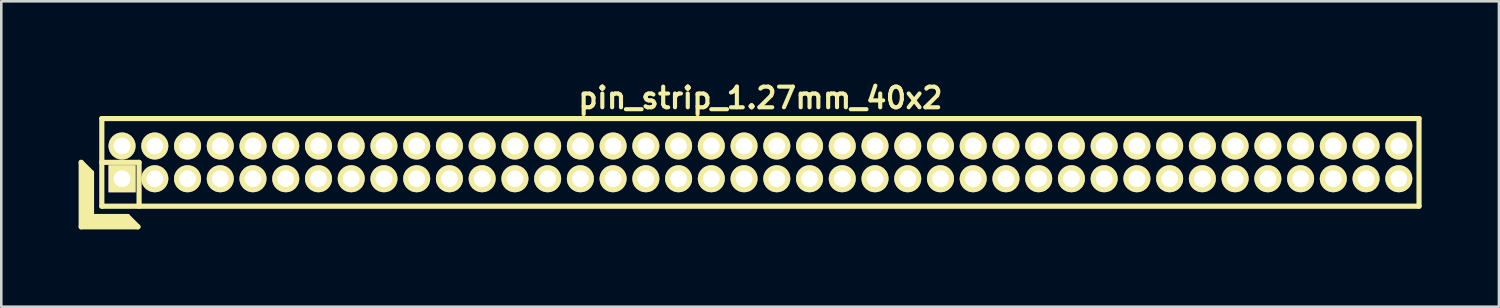
<source format=kicad_pcb>
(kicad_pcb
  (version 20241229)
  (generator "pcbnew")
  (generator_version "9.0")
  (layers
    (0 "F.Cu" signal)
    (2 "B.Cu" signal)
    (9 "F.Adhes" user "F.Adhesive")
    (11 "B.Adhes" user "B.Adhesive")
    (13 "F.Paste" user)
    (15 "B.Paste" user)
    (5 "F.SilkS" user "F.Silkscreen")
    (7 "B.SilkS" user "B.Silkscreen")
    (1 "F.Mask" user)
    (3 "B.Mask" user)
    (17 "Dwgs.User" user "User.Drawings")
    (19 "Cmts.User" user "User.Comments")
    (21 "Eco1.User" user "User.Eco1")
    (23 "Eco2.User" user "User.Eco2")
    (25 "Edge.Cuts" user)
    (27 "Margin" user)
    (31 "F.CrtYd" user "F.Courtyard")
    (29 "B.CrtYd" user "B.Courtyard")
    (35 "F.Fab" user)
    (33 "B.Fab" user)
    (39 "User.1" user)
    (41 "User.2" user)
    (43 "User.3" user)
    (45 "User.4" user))
  (footprint "pin_strip_1.27mm_40x2"
    (layer "F.Cu")
    (at 26.45 3.249)
    (property "Reference" "pin_strip_1.27mm_40x2" (at 0 -2.5 0) (layer "F.SilkS") (effects (font (size 0.8 0.8) (thickness 0.16))))
    (attr through_hole)
    (fp_line (start -26.35 0) (end -26.35 2.5) (stroke (width 0.2) (type solid)) (layer "F.SilkS"))
    (fp_line (start -26.35 0) (end -25.95 0.4) (stroke (width 0.2) (type solid)) (layer "F.SilkS"))
    (fp_line (start -26.35 2.5) (end -24.15 2.5) (stroke (width 0.2) (type solid)) (layer "F.SilkS"))
    (fp_line (start -26.25 2.4) (end -26.25 0.2) (stroke (width 0.2) (type solid)) (layer "F.SilkS"))
    (fp_line (start -26.25 2.4) (end -24.35 2.4) (stroke (width 0.2) (type solid)) (layer "F.SilkS"))
    (fp_line (start -26.15 2.3) (end -26.15 0.3) (stroke (width 0.2) (type solid)) (layer "F.SilkS"))
    (fp_line (start -26.15 2.3) (end -24.45 2.3) (stroke (width 0.2) (type solid)) (layer "F.SilkS"))
    (fp_line (start -26.05 2.2) (end -26.05 0.4) (stroke (width 0.2) (type solid)) (layer "F.SilkS"))
    (fp_line (start -26.05 2.2) (end -24.55 2.2) (stroke (width 0.2) (type solid)) (layer "F.SilkS"))
    (fp_line (start -25.95 2.1) (end -25.95 0.4) (stroke (width 0.2) (type solid)) (layer "F.SilkS"))
    (fp_line (start -25.95 2.1) (end -24.55 2.1) (stroke (width 0.2) (type solid)) (layer "F.SilkS"))
    (fp_line (start -25.555 0) (end -24.105 0) (stroke (width 0.2) (type solid)) (layer "F.SilkS"))
    (fp_line (start -25.55 -1.7) (end 25.55 -1.7) (stroke (width 0.2) (type solid)) (layer "F.SilkS"))
    (fp_line (start -25.55 1.7) (end -25.55 -1.7) (stroke (width 0.2) (type solid)) (layer "F.SilkS"))
    (fp_line (start -24.55 2.1) (end -24.15 2.5) (stroke (width 0.2) (type solid)) (layer "F.SilkS"))
    (fp_line (start -24.105 0) (end -24.105 1.7) (stroke (width 0.2) (type solid)) (layer "F.SilkS"))
    (fp_line (start 25.55 -1.7) (end 25.55 1.7) (stroke (width 0.2) (type solid)) (layer "F.SilkS"))
    (fp_line (start 25.55 1.7) (end -25.55 1.7) (stroke (width 0.2) (type solid)) (layer "F.SilkS"))
    (pad "1" thru_hole rect (at -24.765 0.635) (size 1.05 1.05) (drill 0.65) (layers "*.Cu" "*.Mask" "F.SilkS"))
    (pad "2" thru_hole oval (at -24.765 -0.635) (size 1.05 1.05) (drill 0.65) (layers "*.Cu" "*.Mask" "F.SilkS"))
    (pad "3" thru_hole oval (at -23.495 0.635) (size 1.05 1.05) (drill 0.65) (layers "*.Cu" "*.Mask" "F.SilkS"))
    (pad "4" thru_hole oval (at -23.495 -0.635) (size 1.05 1.05) (drill 0.65) (layers "*.Cu" "*.Mask" "F.SilkS"))
    (pad "5" thru_hole oval (at -22.225 0.635) (size 1.05 1.05) (drill 0.65) (layers "*.Cu" "*.Mask" "F.SilkS"))
    (pad "6" thru_hole oval (at -22.225 -0.635) (size 1.05 1.05) (drill 0.65) (layers "*.Cu" "*.Mask" "F.SilkS"))
    (pad "7" thru_hole oval (at -20.955 0.635) (size 1.05 1.05) (drill 0.65) (layers "*.Cu" "*.Mask" "F.SilkS"))
    (pad "8" thru_hole oval (at -20.955 -0.635) (size 1.05 1.05) (drill 0.65) (layers "*.Cu" "*.Mask" "F.SilkS"))
    (pad "9" thru_hole oval (at -19.685 0.635) (size 1.05 1.05) (drill 0.65) (layers "*.Cu" "*.Mask" "F.SilkS"))
    (pad "10" thru_hole oval (at -19.685 -0.635) (size 1.05 1.05) (drill 0.65) (layers "*.Cu" "*.Mask" "F.SilkS"))
    (pad "11" thru_hole oval (at -18.415 0.635) (size 1.05 1.05) (drill 0.65) (layers "*.Cu" "*.Mask" "F.SilkS"))
    (pad "12" thru_hole oval (at -18.415 -0.635) (size 1.05 1.05) (drill 0.65) (layers "*.Cu" "*.Mask" "F.SilkS"))
    (pad "13" thru_hole oval (at -17.145 0.635) (size 1.05 1.05) (drill 0.65) (layers "*.Cu" "*.Mask" "F.SilkS"))
    (pad "14" thru_hole oval (at -17.145 -0.635) (size 1.05 1.05) (drill 0.65) (layers "*.Cu" "*.Mask" "F.SilkS"))
    (pad "15" thru_hole oval (at -15.875 0.635) (size 1.05 1.05) (drill 0.65) (layers "*.Cu" "*.Mask" "F.SilkS"))
    (pad "16" thru_hole oval (at -15.875 -0.635) (size 1.05 1.05) (drill 0.65) (layers "*.Cu" "*.Mask" "F.SilkS"))
    (pad "17" thru_hole oval (at -14.605 0.635) (size 1.05 1.05) (drill 0.65) (layers "*.Cu" "*.Mask" "F.SilkS"))
    (pad "18" thru_hole oval (at -14.605 -0.635) (size 1.05 1.05) (drill 0.65) (layers "*.Cu" "*.Mask" "F.SilkS"))
    (pad "19" thru_hole oval (at -13.335 0.635) (size 1.05 1.05) (drill 0.65) (layers "*.Cu" "*.Mask" "F.SilkS"))
    (pad "20" thru_hole oval (at -13.335 -0.635) (size 1.05 1.05) (drill 0.65) (layers "*.Cu" "*.Mask" "F.SilkS"))
    (pad "21" thru_hole oval (at -12.065 0.635) (size 1.05 1.05) (drill 0.65) (layers "*.Cu" "*.Mask" "F.SilkS"))
    (pad "22" thru_hole oval (at -12.065 -0.635) (size 1.05 1.05) (drill 0.65) (layers "*.Cu" "*.Mask" "F.SilkS"))
    (pad "23" thru_hole oval (at -10.795 0.635) (size 1.05 1.05) (drill 0.65) (layers "*.Cu" "*.Mask" "F.SilkS"))
    (pad "24" thru_hole oval (at -10.795 -0.635) (size 1.05 1.05) (drill 0.65) (layers "*.Cu" "*.Mask" "F.SilkS"))
    (pad "25" thru_hole oval (at -9.525 0.635) (size 1.05 1.05) (drill 0.65) (layers "*.Cu" "*.Mask" "F.SilkS"))
    (pad "26" thru_hole oval (at -9.525 -0.635) (size 1.05 1.05) (drill 0.65) (layers "*.Cu" "*.Mask" "F.SilkS"))
    (pad "27" thru_hole oval (at -8.255 0.635) (size 1.05 1.05) (drill 0.65) (layers "*.Cu" "*.Mask" "F.SilkS"))
    (pad "28" thru_hole oval (at -8.255 -0.635) (size 1.05 1.05) (drill 0.65) (layers "*.Cu" "*.Mask" "F.SilkS"))
    (pad "29" thru_hole oval (at -6.985 0.635) (size 1.05 1.05) (drill 0.65) (layers "*.Cu" "*.Mask" "F.SilkS"))
    (pad "30" thru_hole oval (at -6.985 -0.635) (size 1.05 1.05) (drill 0.65) (layers "*.Cu" "*.Mask" "F.SilkS"))
    (pad "31" thru_hole oval (at -5.715 0.635) (size 1.05 1.05) (drill 0.65) (layers "*.Cu" "*.Mask" "F.SilkS"))
    (pad "32" thru_hole oval (at -5.715 -0.635) (size 1.05 1.05) (drill 0.65) (layers "*.Cu" "*.Mask" "F.SilkS"))
    (pad "33" thru_hole oval (at -4.445 0.635) (size 1.05 1.05) (drill 0.65) (layers "*.Cu" "*.Mask" "F.SilkS"))
    (pad "34" thru_hole oval (at -4.445 -0.635) (size 1.05 1.05) (drill 0.65) (layers "*.Cu" "*.Mask" "F.SilkS"))
    (pad "35" thru_hole oval (at -3.175 0.635) (size 1.05 1.05) (drill 0.65) (layers "*.Cu" "*.Mask" "F.SilkS"))
    (pad "36" thru_hole oval (at -3.175 -0.635) (size 1.05 1.05) (drill 0.65) (layers "*.Cu" "*.Mask" "F.SilkS"))
    (pad "37" thru_hole oval (at -1.905 0.635) (size 1.05 1.05) (drill 0.65) (layers "*.Cu" "*.Mask" "F.SilkS"))
    (pad "38" thru_hole oval (at -1.905 -0.635) (size 1.05 1.05) (drill 0.65) (layers "*.Cu" "*.Mask" "F.SilkS"))
    (pad "39" thru_hole oval (at -0.635 0.635) (size 1.05 1.05) (drill 0.65) (layers "*.Cu" "*.Mask" "F.SilkS"))
    (pad "40" thru_hole oval (at -0.635 -0.635) (size 1.05 1.05) (drill 0.65) (layers "*.Cu" "*.Mask" "F.SilkS"))
    (pad "41" thru_hole oval (at 0.635 0.635) (size 1.05 1.05) (drill 0.65) (layers "*.Cu" "*.Mask" "F.SilkS"))
    (pad "42" thru_hole oval (at 0.635 -0.635) (size 1.05 1.05) (drill 0.65) (layers "*.Cu" "*.Mask" "F.SilkS"))
    (pad "43" thru_hole oval (at 1.905 0.635) (size 1.05 1.05) (drill 0.65) (layers "*.Cu" "*.Mask" "F.SilkS"))
    (pad "44" thru_hole oval (at 1.905 -0.635) (size 1.05 1.05) (drill 0.65) (layers "*.Cu" "*.Mask" "F.SilkS"))
    (pad "45" thru_hole oval (at 3.175 0.635) (size 1.05 1.05) (drill 0.65) (layers "*.Cu" "*.Mask" "F.SilkS"))
    (pad "46" thru_hole oval (at 3.175 -0.635) (size 1.05 1.05) (drill 0.65) (layers "*.Cu" "*.Mask" "F.SilkS"))
    (pad "47" thru_hole oval (at 4.445 0.635) (size 1.05 1.05) (drill 0.65) (layers "*.Cu" "*.Mask" "F.SilkS"))
    (pad "48" thru_hole oval (at 4.445 -0.635) (size 1.05 1.05) (drill 0.65) (layers "*.Cu" "*.Mask" "F.SilkS"))
    (pad "49" thru_hole oval (at 5.715 0.635) (size 1.05 1.05) (drill 0.65) (layers "*.Cu" "*.Mask" "F.SilkS"))
    (pad "50" thru_hole oval (at 5.715 -0.635) (size 1.05 1.05) (drill 0.65) (layers "*.Cu" "*.Mask" "F.SilkS"))
    (pad "51" thru_hole circle (at 6.985 0.635) (size 1.05 1.05) (drill 0.65) (layers "*.Cu" "*.Mask" "F.SilkS"))
    (pad "52" thru_hole oval (at 6.985 -0.635) (size 1.05 1.05) (drill 0.65) (layers "*.Cu" "*.Mask" "F.SilkS"))
    (pad "53" thru_hole oval (at 8.255 0.635) (size 1.05 1.05) (drill 0.65) (layers "*.Cu" "*.Mask" "F.SilkS"))
    (pad "54" thru_hole oval (at 8.255 -0.635) (size 1.05 1.05) (drill 0.65) (layers "*.Cu" "*.Mask" "F.SilkS"))
    (pad "55" thru_hole oval (at 9.525 0.635) (size 1.05 1.05) (drill 0.65) (layers "*.Cu" "*.Mask" "F.SilkS"))
    (pad "56" thru_hole oval (at 9.525 -0.635) (size 1.05 1.05) (drill 0.65) (layers "*.Cu" "*.Mask" "F.SilkS"))
    (pad "57" thru_hole oval (at 10.795 0.635) (size 1.05 1.05) (drill 0.65) (layers "*.Cu" "*.Mask" "F.SilkS"))
    (pad "58" thru_hole oval (at 10.795 -0.635) (size 1.05 1.05) (drill 0.65) (layers "*.Cu" "*.Mask" "F.SilkS"))
    (pad "59" thru_hole oval (at 12.065 0.635) (size 1.05 1.05) (drill 0.65) (layers "*.Cu" "*.Mask" "F.SilkS"))
    (pad "60" thru_hole oval (at 12.065 -0.635) (size 1.05 1.05) (drill 0.65) (layers "*.Cu" "*.Mask" "F.SilkS"))
    (pad "61" thru_hole oval (at 13.335 0.635) (size 1.05 1.05) (drill 0.65) (layers "*.Cu" "*.Mask" "F.SilkS"))
    (pad "62" thru_hole oval (at 13.335 -0.635) (size 1.05 1.05) (drill 0.65) (layers "*.Cu" "*.Mask" "F.SilkS"))
    (pad "63" thru_hole oval (at 14.605 0.635) (size 1.05 1.05) (drill 0.65) (layers "*.Cu" "*.Mask" "F.SilkS"))
    (pad "64" thru_hole oval (at 14.605 -0.635) (size 1.05 1.05) (drill 0.65) (layers "*.Cu" "*.Mask" "F.SilkS"))
    (pad "65" thru_hole oval (at 15.875 0.635) (size 1.05 1.05) (drill 0.65) (layers "*.Cu" "*.Mask" "F.SilkS"))
    (pad "66" thru_hole oval (at 15.875 -0.635) (size 1.05 1.05) (drill 0.65) (layers "*.Cu" "*.Mask" "F.SilkS"))
    (pad "67" thru_hole oval (at 17.145 0.635) (size 1.05 1.05) (drill 0.65) (layers "*.Cu" "*.Mask" "F.SilkS"))
    (pad "68" thru_hole oval (at 17.145 -0.635) (size 1.05 1.05) (drill 0.65) (layers "*.Cu" "*.Mask" "F.SilkS"))
    (pad "69" thru_hole oval (at 18.415 0.635) (size 1.05 1.05) (drill 0.65) (layers "*.Cu" "*.Mask" "F.SilkS"))
    (pad "70" thru_hole oval (at 18.415 -0.635) (size 1.05 1.05) (drill 0.65) (layers "*.Cu" "*.Mask" "F.SilkS"))
    (pad "71" thru_hole oval (at 19.685 0.635) (size 1.05 1.05) (drill 0.65) (layers "*.Cu" "*.Mask" "F.SilkS"))
    (pad "72" thru_hole oval (at 19.685 -0.635) (size 1.05 1.05) (drill 0.65) (layers "*.Cu" "*.Mask" "F.SilkS"))
    (pad "73" thru_hole oval (at 20.955 0.635) (size 1.05 1.05) (drill 0.65) (layers "*.Cu" "*.Mask" "F.SilkS"))
    (pad "74" thru_hole oval (at 20.955 -0.635) (size 1.05 1.05) (drill 0.65) (layers "*.Cu" "*.Mask" "F.SilkS"))
    (pad "75" thru_hole oval (at 22.225 0.635) (size 1.05 1.05) (drill 0.65) (layers "*.Cu" "*.Mask" "F.SilkS"))
    (pad "76" thru_hole oval (at 22.225 -0.635) (size 1.05 1.05) (drill 0.65) (layers "*.Cu" "*.Mask" "F.SilkS"))
    (pad "77" thru_hole oval (at 23.495 0.635) (size 1.05 1.05) (drill 0.65) (layers "*.Cu" "*.Mask" "F.SilkS"))
    (pad "78" thru_hole oval (at 23.495 -0.635) (size 1.05 1.05) (drill 0.65) (layers "*.Cu" "*.Mask" "F.SilkS"))
    (pad "79" thru_hole oval (at 24.765 0.635) (size 1.05 1.05) (drill 0.65) (layers "*.Cu" "*.Mask" "F.SilkS"))
    (pad "80" thru_hole oval (at 24.765 -0.635) (size 1.05 1.05) (drill 0.65) (layers "*.Cu" "*.Mask" "F.SilkS")))
  (gr_rect
    (start -3 -3)
    (end 55.1 8.849)
    (stroke (width 0.1) (type default))
    (fill no)
    (layer "Edge.Cuts")))
</source>
